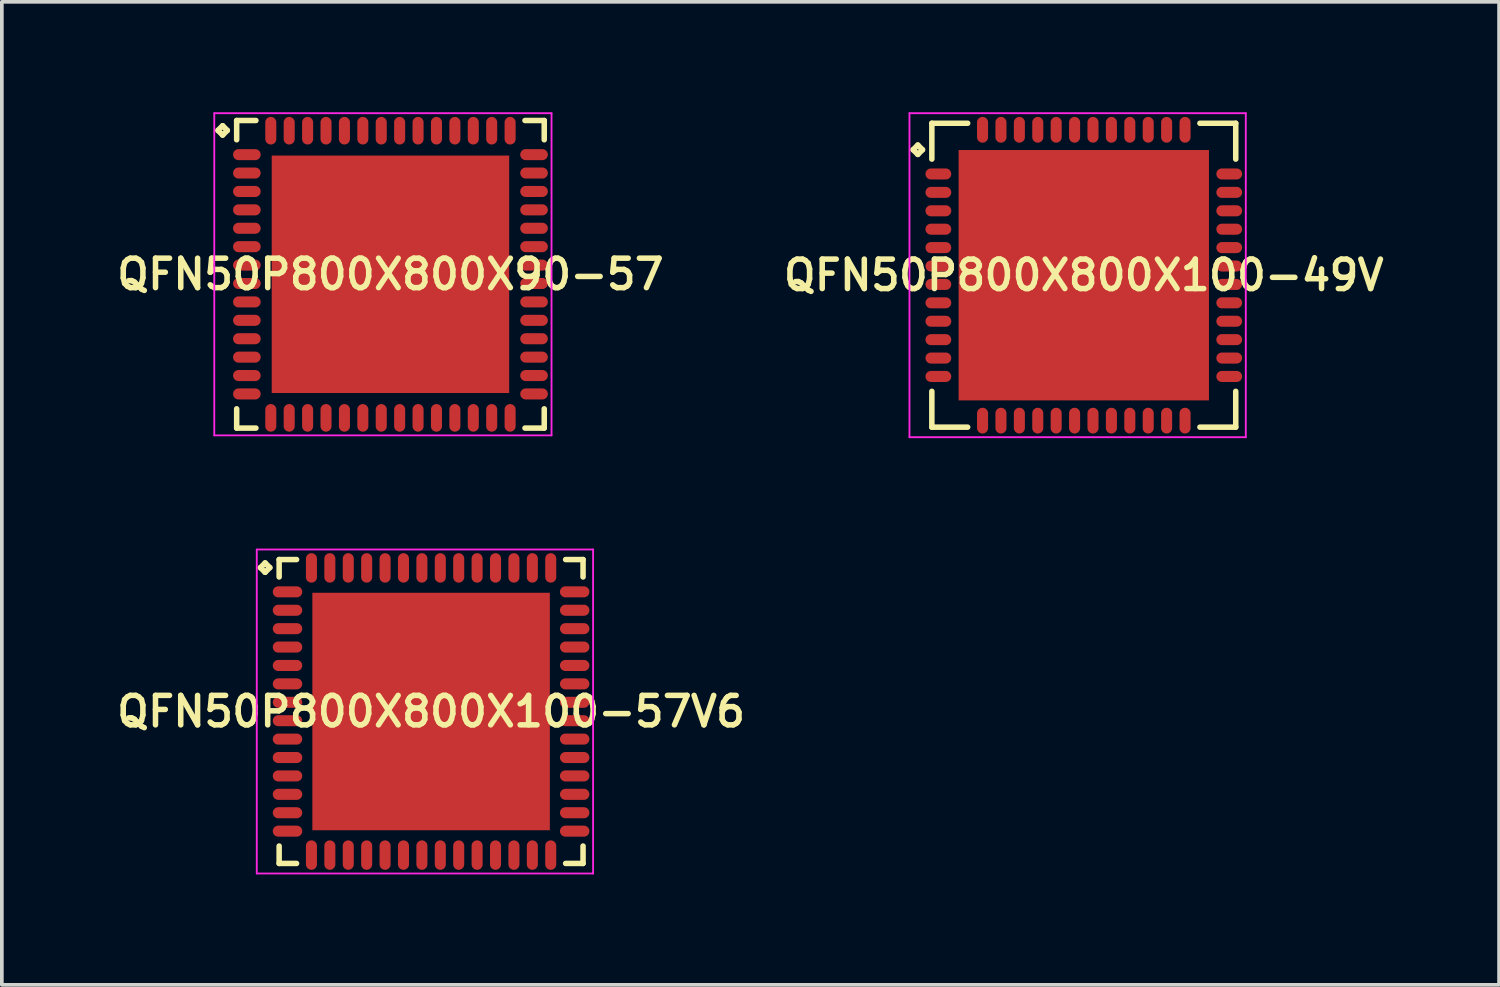
<source format=kicad_pcb>
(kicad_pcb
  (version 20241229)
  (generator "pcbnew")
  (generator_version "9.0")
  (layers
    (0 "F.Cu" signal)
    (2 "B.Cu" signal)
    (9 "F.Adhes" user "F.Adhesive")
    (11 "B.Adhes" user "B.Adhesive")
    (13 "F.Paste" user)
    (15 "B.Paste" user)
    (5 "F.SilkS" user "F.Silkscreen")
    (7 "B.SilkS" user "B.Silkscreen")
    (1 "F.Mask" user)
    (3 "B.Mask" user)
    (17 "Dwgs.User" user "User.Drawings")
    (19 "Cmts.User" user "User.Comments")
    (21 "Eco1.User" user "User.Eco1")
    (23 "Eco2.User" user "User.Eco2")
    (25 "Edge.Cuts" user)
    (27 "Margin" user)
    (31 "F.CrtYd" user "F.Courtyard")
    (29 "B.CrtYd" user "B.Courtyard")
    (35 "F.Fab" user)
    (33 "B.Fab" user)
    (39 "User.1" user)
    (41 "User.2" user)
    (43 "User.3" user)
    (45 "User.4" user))
  (footprint "QFN50P800X800X100-49V"
    (layer "F.Cu")
    (at 26.387 4.425)
    (property "Reference" "QFN50P800X800X100-49V" (at 0 0 0) (layer "F.SilkS") (effects (font (size 0.8 0.8) (thickness 0.15))))
    (attr smd)
    (fp_line (start -4.635 -3.408) (end -4.508 -3.535) (stroke (width 0.15) (type solid)) (layer "F.SilkS"))
    (fp_line (start -4.508 -3.535) (end -4.381 -3.408) (stroke (width 0.15) (type solid)) (layer "F.SilkS"))
    (fp_line (start -4.508 -3.281) (end -4.635 -3.408) (stroke (width 0.15) (type solid)) (layer "F.SilkS"))
    (fp_line (start -4.381 -3.408) (end -4.508 -3.281) (stroke (width 0.15) (type solid)) (layer "F.SilkS"))
    (fp_line (start -4.127 -4.127) (end -3.154 -4.127) (stroke (width 0.15) (type solid)) (layer "F.SilkS"))
    (fp_line (start -4.127 -3.154) (end -4.127 -4.127) (stroke (width 0.15) (type solid)) (layer "F.SilkS"))
    (fp_line (start -4.127 3.154) (end -4.127 4.127) (stroke (width 0.15) (type solid)) (layer "F.SilkS"))
    (fp_line (start -4.127 4.127) (end -3.154 4.127) (stroke (width 0.15) (type solid)) (layer "F.SilkS"))
    (fp_line (start 3.154 -4.127) (end 4.127 -4.127) (stroke (width 0.15) (type solid)) (layer "F.SilkS"))
    (fp_line (start 3.154 4.127) (end 4.127 4.127) (stroke (width 0.15) (type solid)) (layer "F.SilkS"))
    (fp_line (start 4.127 -4.127) (end 4.127 -3.154) (stroke (width 0.15) (type solid)) (layer "F.SilkS"))
    (fp_line (start 4.127 4.127) (end 4.127 3.154) (stroke (width 0.15) (type solid)) (layer "F.SilkS"))
    (fp_line (start -4.735 -4.4) (end 4.4 -4.4) (stroke (width 0.05) (type solid)) (layer "F.CrtYd"))
    (fp_line (start -4.735 4.4) (end -4.735 -4.4) (stroke (width 0.05) (type solid)) (layer "F.CrtYd"))
    (fp_line (start 4.4 -4.4) (end 4.4 4.4) (stroke (width 0.05) (type solid)) (layer "F.CrtYd"))
    (fp_line (start 4.4 4.4) (end -4.735 4.4) (stroke (width 0.05) (type solid)) (layer "F.CrtYd"))
    (pad "1" smd oval (at -3.95 -2.75) (size 0.7 0.3) (layers "F.Cu" "F.Mask" "F.Paste"))
    (pad "2" smd oval (at -3.95 -2.25) (size 0.7 0.3) (layers "F.Cu" "F.Mask" "F.Paste"))
    (pad "3" smd oval (at -3.95 -1.75) (size 0.7 0.3) (layers "F.Cu" "F.Mask" "F.Paste"))
    (pad "4" smd oval (at -3.95 -1.25) (size 0.7 0.3) (layers "F.Cu" "F.Mask" "F.Paste"))
    (pad "5" smd oval (at -3.95 -0.75) (size 0.7 0.3) (layers "F.Cu" "F.Mask" "F.Paste"))
    (pad "6" smd oval (at -3.95 -0.25) (size 0.7 0.3) (layers "F.Cu" "F.Mask" "F.Paste"))
    (pad "7" smd oval (at -3.95 0.25) (size 0.7 0.3) (layers "F.Cu" "F.Mask" "F.Paste"))
    (pad "8" smd oval (at -3.95 0.75) (size 0.7 0.3) (layers "F.Cu" "F.Mask" "F.Paste"))
    (pad "9" smd oval (at -3.95 1.25) (size 0.7 0.3) (layers "F.Cu" "F.Mask" "F.Paste"))
    (pad "10" smd oval (at -3.95 1.75) (size 0.7 0.3) (layers "F.Cu" "F.Mask" "F.Paste"))
    (pad "11" smd oval (at -3.95 2.25) (size 0.7 0.3) (layers "F.Cu" "F.Mask" "F.Paste"))
    (pad "12" smd oval (at -3.95 2.75) (size 0.7 0.3) (layers "F.Cu" "F.Mask" "F.Paste"))
    (pad "13" smd oval (at -2.75 3.95) (size 0.3 0.7) (layers "F.Cu" "F.Mask" "F.Paste"))
    (pad "14" smd oval (at -2.25 3.95) (size 0.3 0.7) (layers "F.Cu" "F.Mask" "F.Paste"))
    (pad "15" smd oval (at -1.75 3.95) (size 0.3 0.7) (layers "F.Cu" "F.Mask" "F.Paste"))
    (pad "16" smd oval (at -1.25 3.95) (size 0.3 0.7) (layers "F.Cu" "F.Mask" "F.Paste"))
    (pad "17" smd oval (at -0.75 3.95) (size 0.3 0.7) (layers "F.Cu" "F.Mask" "F.Paste"))
    (pad "18" smd oval (at -0.25 3.95) (size 0.3 0.7) (layers "F.Cu" "F.Mask" "F.Paste"))
    (pad "19" smd oval (at 0.25 3.95) (size 0.3 0.7) (layers "F.Cu" "F.Mask" "F.Paste"))
    (pad "20" smd oval (at 0.75 3.95) (size 0.3 0.7) (layers "F.Cu" "F.Mask" "F.Paste"))
    (pad "21" smd oval (at 1.25 3.95) (size 0.3 0.7) (layers "F.Cu" "F.Mask" "F.Paste"))
    (pad "22" smd oval (at 1.75 3.95) (size 0.3 0.7) (layers "F.Cu" "F.Mask" "F.Paste"))
    (pad "23" smd oval (at 2.25 3.95) (size 0.3 0.7) (layers "F.Cu" "F.Mask" "F.Paste"))
    (pad "24" smd oval (at 2.75 3.95) (size 0.3 0.7) (layers "F.Cu" "F.Mask" "F.Paste"))
    (pad "25" smd oval (at 3.95 2.75) (size 0.7 0.3) (layers "F.Cu" "F.Mask" "F.Paste"))
    (pad "26" smd oval (at 3.95 2.25) (size 0.7 0.3) (layers "F.Cu" "F.Mask" "F.Paste"))
    (pad "27" smd oval (at 3.95 1.75) (size 0.7 0.3) (layers "F.Cu" "F.Mask" "F.Paste"))
    (pad "28" smd oval (at 3.95 1.25) (size 0.7 0.3) (layers "F.Cu" "F.Mask" "F.Paste"))
    (pad "29" smd oval (at 3.95 0.75) (size 0.7 0.3) (layers "F.Cu" "F.Mask" "F.Paste"))
    (pad "30" smd oval (at 3.95 0.25) (size 0.7 0.3) (layers "F.Cu" "F.Mask" "F.Paste"))
    (pad "31" smd oval (at 3.95 -0.25) (size 0.7 0.3) (layers "F.Cu" "F.Mask" "F.Paste"))
    (pad "32" smd oval (at 3.95 -0.75) (size 0.7 0.3) (layers "F.Cu" "F.Mask" "F.Paste"))
    (pad "33" smd oval (at 3.95 -1.25) (size 0.7 0.3) (layers "F.Cu" "F.Mask" "F.Paste"))
    (pad "34" smd oval (at 3.95 -1.75) (size 0.7 0.3) (layers "F.Cu" "F.Mask" "F.Paste"))
    (pad "35" smd oval (at 3.95 -2.25) (size 0.7 0.3) (layers "F.Cu" "F.Mask" "F.Paste"))
    (pad "36" smd oval (at 3.95 -2.75) (size 0.7 0.3) (layers "F.Cu" "F.Mask" "F.Paste"))
    (pad "37" smd oval (at 2.75 -3.95) (size 0.3 0.7) (layers "F.Cu" "F.Mask" "F.Paste"))
    (pad "38" smd oval (at 2.25 -3.95) (size 0.3 0.7) (layers "F.Cu" "F.Mask" "F.Paste"))
    (pad "39" smd oval (at 1.75 -3.95) (size 0.3 0.7) (layers "F.Cu" "F.Mask" "F.Paste"))
    (pad "40" smd oval (at 1.25 -3.95) (size 0.3 0.7) (layers "F.Cu" "F.Mask" "F.Paste"))
    (pad "41" smd oval (at 0.75 -3.95) (size 0.3 0.7) (layers "F.Cu" "F.Mask" "F.Paste"))
    (pad "42" smd oval (at 0.25 -3.95) (size 0.3 0.7) (layers "F.Cu" "F.Mask" "F.Paste"))
    (pad "43" smd oval (at -0.25 -3.95) (size 0.3 0.7) (layers "F.Cu" "F.Mask" "F.Paste"))
    (pad "44" smd oval (at -0.75 -3.95) (size 0.3 0.7) (layers "F.Cu" "F.Mask" "F.Paste"))
    (pad "45" smd oval (at -1.25 -3.95) (size 0.3 0.7) (layers "F.Cu" "F.Mask" "F.Paste"))
    (pad "46" smd oval (at -1.75 -3.95) (size 0.3 0.7) (layers "F.Cu" "F.Mask" "F.Paste"))
    (pad "47" smd oval (at -2.25 -3.95) (size 0.3 0.7) (layers "F.Cu" "F.Mask" "F.Paste"))
    (pad "48" smd oval (at -2.75 -3.95) (size 0.3 0.7) (layers "F.Cu" "F.Mask" "F.Paste"))
    (pad "49" smd rect (at 0 0) (size 6.8 6.8) (layers "F.Cu" "F.Mask" "F.Paste")))
  (footprint "QFN50P800X800X100-57V6"
    (layer "F.Cu")
    (at 8.659 16.275)
    (property "Reference" "QFN50P800X800X100-57V6" (at 0 0 0) (layer "F.SilkS") (effects (font (size 0.8 0.8) (thickness 0.15))))
    (attr smd)
    (fp_line (start -4.635 -3.908) (end -4.508 -4.035) (stroke (width 0.15) (type solid)) (layer "F.SilkS"))
    (fp_line (start -4.508 -4.035) (end -4.381 -3.908) (stroke (width 0.15) (type solid)) (layer "F.SilkS"))
    (fp_line (start -4.508 -3.781) (end -4.635 -3.908) (stroke (width 0.15) (type solid)) (layer "F.SilkS"))
    (fp_line (start -4.381 -3.908) (end -4.508 -3.781) (stroke (width 0.15) (type solid)) (layer "F.SilkS"))
    (fp_line (start -4.127 -4.127) (end -3.654 -4.127) (stroke (width 0.15) (type solid)) (layer "F.SilkS"))
    (fp_line (start -4.127 -3.654) (end -4.127 -4.127) (stroke (width 0.15) (type solid)) (layer "F.SilkS"))
    (fp_line (start -4.127 3.654) (end -4.127 4.127) (stroke (width 0.15) (type solid)) (layer "F.SilkS"))
    (fp_line (start -4.127 4.127) (end -3.654 4.127) (stroke (width 0.15) (type solid)) (layer "F.SilkS"))
    (fp_line (start 3.654 -4.127) (end 4.127 -4.127) (stroke (width 0.15) (type solid)) (layer "F.SilkS"))
    (fp_line (start 3.654 4.127) (end 4.127 4.127) (stroke (width 0.15) (type solid)) (layer "F.SilkS"))
    (fp_line (start 4.127 -4.127) (end 4.127 -3.654) (stroke (width 0.15) (type solid)) (layer "F.SilkS"))
    (fp_line (start 4.127 4.127) (end 4.127 3.654) (stroke (width 0.15) (type solid)) (layer "F.SilkS"))
    (fp_line (start -4.735 -4.4) (end 4.4 -4.4) (stroke (width 0.05) (type solid)) (layer "F.CrtYd"))
    (fp_line (start -4.735 4.4) (end -4.735 -4.4) (stroke (width 0.05) (type solid)) (layer "F.CrtYd"))
    (fp_line (start 4.4 -4.4) (end 4.4 4.4) (stroke (width 0.05) (type solid)) (layer "F.CrtYd"))
    (fp_line (start 4.4 4.4) (end -4.735 4.4) (stroke (width 0.05) (type solid)) (layer "F.CrtYd"))
    (pad "1" smd oval (at -3.9 -3.25) (size 0.8 0.3) (layers "F.Cu" "F.Mask" "F.Paste"))
    (pad "2" smd oval (at -3.9 -2.75) (size 0.8 0.3) (layers "F.Cu" "F.Mask" "F.Paste"))
    (pad "3" smd oval (at -3.9 -2.25) (size 0.8 0.3) (layers "F.Cu" "F.Mask" "F.Paste"))
    (pad "4" smd oval (at -3.9 -1.75) (size 0.8 0.3) (layers "F.Cu" "F.Mask" "F.Paste"))
    (pad "5" smd oval (at -3.9 -1.25) (size 0.8 0.3) (layers "F.Cu" "F.Mask" "F.Paste"))
    (pad "6" smd oval (at -3.9 -0.75) (size 0.8 0.3) (layers "F.Cu" "F.Mask" "F.Paste"))
    (pad "7" smd oval (at -3.9 -0.25) (size 0.8 0.3) (layers "F.Cu" "F.Mask" "F.Paste"))
    (pad "8" smd oval (at -3.9 0.25) (size 0.8 0.3) (layers "F.Cu" "F.Mask" "F.Paste"))
    (pad "9" smd oval (at -3.9 0.75) (size 0.8 0.3) (layers "F.Cu" "F.Mask" "F.Paste"))
    (pad "10" smd oval (at -3.9 1.25) (size 0.8 0.3) (layers "F.Cu" "F.Mask" "F.Paste"))
    (pad "11" smd oval (at -3.9 1.75) (size 0.8 0.3) (layers "F.Cu" "F.Mask" "F.Paste"))
    (pad "12" smd oval (at -3.9 2.25) (size 0.8 0.3) (layers "F.Cu" "F.Mask" "F.Paste"))
    (pad "13" smd oval (at -3.9 2.75) (size 0.8 0.3) (layers "F.Cu" "F.Mask" "F.Paste"))
    (pad "14" smd oval (at -3.9 3.25) (size 0.8 0.3) (layers "F.Cu" "F.Mask" "F.Paste"))
    (pad "15" smd oval (at -3.25 3.9) (size 0.3 0.8) (layers "F.Cu" "F.Mask" "F.Paste"))
    (pad "16" smd oval (at -2.75 3.9) (size 0.3 0.8) (layers "F.Cu" "F.Mask" "F.Paste"))
    (pad "17" smd oval (at -2.25 3.9) (size 0.3 0.8) (layers "F.Cu" "F.Mask" "F.Paste"))
    (pad "18" smd oval (at -1.75 3.9) (size 0.3 0.8) (layers "F.Cu" "F.Mask" "F.Paste"))
    (pad "19" smd oval (at -1.25 3.9) (size 0.3 0.8) (layers "F.Cu" "F.Mask" "F.Paste"))
    (pad "20" smd oval (at -0.75 3.9) (size 0.3 0.8) (layers "F.Cu" "F.Mask" "F.Paste"))
    (pad "21" smd oval (at -0.25 3.9) (size 0.3 0.8) (layers "F.Cu" "F.Mask" "F.Paste"))
    (pad "22" smd oval (at 0.25 3.9) (size 0.3 0.8) (layers "F.Cu" "F.Mask" "F.Paste"))
    (pad "23" smd oval (at 0.75 3.9) (size 0.3 0.8) (layers "F.Cu" "F.Mask" "F.Paste"))
    (pad "24" smd oval (at 1.25 3.9) (size 0.3 0.8) (layers "F.Cu" "F.Mask" "F.Paste"))
    (pad "25" smd oval (at 1.75 3.9) (size 0.3 0.8) (layers "F.Cu" "F.Mask" "F.Paste"))
    (pad "26" smd oval (at 2.25 3.9) (size 0.3 0.8) (layers "F.Cu" "F.Mask" "F.Paste"))
    (pad "27" smd oval (at 2.75 3.9) (size 0.3 0.8) (layers "F.Cu" "F.Mask" "F.Paste"))
    (pad "28" smd oval (at 3.25 3.9) (size 0.3 0.8) (layers "F.Cu" "F.Mask" "F.Paste"))
    (pad "29" smd oval (at 3.9 3.25) (size 0.8 0.3) (layers "F.Cu" "F.Mask" "F.Paste"))
    (pad "30" smd oval (at 3.9 2.75) (size 0.8 0.3) (layers "F.Cu" "F.Mask" "F.Paste"))
    (pad "31" smd oval (at 3.9 2.25) (size 0.8 0.3) (layers "F.Cu" "F.Mask" "F.Paste"))
    (pad "32" smd oval (at 3.9 1.75) (size 0.8 0.3) (layers "F.Cu" "F.Mask" "F.Paste"))
    (pad "33" smd oval (at 3.9 1.25) (size 0.8 0.3) (layers "F.Cu" "F.Mask" "F.Paste"))
    (pad "34" smd oval (at 3.9 0.75) (size 0.8 0.3) (layers "F.Cu" "F.Mask" "F.Paste"))
    (pad "35" smd oval (at 3.9 0.25) (size 0.8 0.3) (layers "F.Cu" "F.Mask" "F.Paste"))
    (pad "36" smd oval (at 3.9 -0.25) (size 0.8 0.3) (layers "F.Cu" "F.Mask" "F.Paste"))
    (pad "37" smd oval (at 3.9 -0.75) (size 0.8 0.3) (layers "F.Cu" "F.Mask" "F.Paste"))
    (pad "38" smd oval (at 3.9 -1.25) (size 0.8 0.3) (layers "F.Cu" "F.Mask" "F.Paste"))
    (pad "39" smd oval (at 3.9 -1.75) (size 0.8 0.3) (layers "F.Cu" "F.Mask" "F.Paste"))
    (pad "40" smd oval (at 3.9 -2.25) (size 0.8 0.3) (layers "F.Cu" "F.Mask" "F.Paste"))
    (pad "41" smd oval (at 3.9 -2.75) (size 0.8 0.3) (layers "F.Cu" "F.Mask" "F.Paste"))
    (pad "42" smd oval (at 3.9 -3.25) (size 0.8 0.3) (layers "F.Cu" "F.Mask" "F.Paste"))
    (pad "43" smd oval (at 3.25 -3.9) (size 0.3 0.8) (layers "F.Cu" "F.Mask" "F.Paste"))
    (pad "44" smd oval (at 2.75 -3.9) (size 0.3 0.8) (layers "F.Cu" "F.Mask" "F.Paste"))
    (pad "45" smd oval (at 2.25 -3.9) (size 0.3 0.8) (layers "F.Cu" "F.Mask" "F.Paste"))
    (pad "46" smd oval (at 1.75 -3.9) (size 0.3 0.8) (layers "F.Cu" "F.Mask" "F.Paste"))
    (pad "47" smd oval (at 1.25 -3.9) (size 0.3 0.8) (layers "F.Cu" "F.Mask" "F.Paste"))
    (pad "48" smd oval (at 0.75 -3.9) (size 0.3 0.8) (layers "F.Cu" "F.Mask" "F.Paste"))
    (pad "49" smd oval (at 0.25 -3.9) (size 0.3 0.8) (layers "F.Cu" "F.Mask" "F.Paste"))
    (pad "50" smd oval (at -0.25 -3.9) (size 0.3 0.8) (layers "F.Cu" "F.Mask" "F.Paste"))
    (pad "51" smd oval (at -0.75 -3.9) (size 0.3 0.8) (layers "F.Cu" "F.Mask" "F.Paste"))
    (pad "52" smd oval (at -1.25 -3.9) (size 0.3 0.8) (layers "F.Cu" "F.Mask" "F.Paste"))
    (pad "53" smd oval (at -1.75 -3.9) (size 0.3 0.8) (layers "F.Cu" "F.Mask" "F.Paste"))
    (pad "54" smd oval (at -2.25 -3.9) (size 0.3 0.8) (layers "F.Cu" "F.Mask" "F.Paste"))
    (pad "55" smd oval (at -2.75 -3.9) (size 0.3 0.8) (layers "F.Cu" "F.Mask" "F.Paste"))
    (pad "56" smd oval (at -3.25 -3.9) (size 0.3 0.8) (layers "F.Cu" "F.Mask" "F.Paste"))
    (pad "57" smd rect (at 0 0) (size 6.45 6.45) (layers "F.Cu" "F.Mask" "F.Paste")))
  (footprint "QFN50P800X800X90-57"
    (layer "F.Cu")
    (at 7.555 4.4)
    (property "Reference" "QFN50P800X800X90-57" (at 0 0 0) (layer "F.SilkS") (effects (font (size 0.8 0.8) (thickness 0.15))))
    (attr smd)
    (fp_line (start -4.685 -3.908) (end -4.558 -4.035) (stroke (width 0.15) (type solid)) (layer "F.SilkS"))
    (fp_line (start -4.558 -4.035) (end -4.431 -3.908) (stroke (width 0.15) (type solid)) (layer "F.SilkS"))
    (fp_line (start -4.558 -3.781) (end -4.685 -3.908) (stroke (width 0.15) (type solid)) (layer "F.SilkS"))
    (fp_line (start -4.431 -3.908) (end -4.558 -3.781) (stroke (width 0.15) (type solid)) (layer "F.SilkS"))
    (fp_line (start -4.177 -4.177) (end -3.654 -4.177) (stroke (width 0.15) (type solid)) (layer "F.SilkS"))
    (fp_line (start -4.177 -3.654) (end -4.177 -4.177) (stroke (width 0.15) (type solid)) (layer "F.SilkS"))
    (fp_line (start -4.177 3.654) (end -4.177 4.177) (stroke (width 0.15) (type solid)) (layer "F.SilkS"))
    (fp_line (start -4.177 4.177) (end -3.654 4.177) (stroke (width 0.15) (type solid)) (layer "F.SilkS"))
    (fp_line (start 3.654 -4.177) (end 4.177 -4.177) (stroke (width 0.15) (type solid)) (layer "F.SilkS"))
    (fp_line (start 3.654 4.177) (end 4.177 4.177) (stroke (width 0.15) (type solid)) (layer "F.SilkS"))
    (fp_line (start 4.177 -4.177) (end 4.177 -3.654) (stroke (width 0.15) (type solid)) (layer "F.SilkS"))
    (fp_line (start 4.177 4.177) (end 4.177 3.654) (stroke (width 0.15) (type solid)) (layer "F.SilkS"))
    (fp_line (start -4.785 -4.375) (end 4.375 -4.375) (stroke (width 0.05) (type solid)) (layer "F.CrtYd"))
    (fp_line (start -4.785 4.375) (end -4.785 -4.375) (stroke (width 0.05) (type solid)) (layer "F.CrtYd"))
    (fp_line (start 4.375 -4.375) (end 4.375 4.375) (stroke (width 0.05) (type solid)) (layer "F.CrtYd"))
    (fp_line (start 4.375 4.375) (end -4.785 4.375) (stroke (width 0.05) (type solid)) (layer "F.CrtYd"))
    (pad "1" smd oval (at -3.9 -3.25) (size 0.75 0.3) (layers "F.Cu" "F.Mask" "F.Paste"))
    (pad "2" smd oval (at -3.9 -2.75) (size 0.75 0.3) (layers "F.Cu" "F.Mask" "F.Paste"))
    (pad "3" smd oval (at -3.9 -2.25) (size 0.75 0.3) (layers "F.Cu" "F.Mask" "F.Paste"))
    (pad "4" smd oval (at -3.9 -1.75) (size 0.75 0.3) (layers "F.Cu" "F.Mask" "F.Paste"))
    (pad "5" smd oval (at -3.9 -1.25) (size 0.75 0.3) (layers "F.Cu" "F.Mask" "F.Paste"))
    (pad "6" smd oval (at -3.9 -0.75) (size 0.75 0.3) (layers "F.Cu" "F.Mask" "F.Paste"))
    (pad "7" smd oval (at -3.9 -0.25) (size 0.75 0.3) (layers "F.Cu" "F.Mask" "F.Paste"))
    (pad "8" smd oval (at -3.9 0.25) (size 0.75 0.3) (layers "F.Cu" "F.Mask" "F.Paste"))
    (pad "9" smd oval (at -3.9 0.75) (size 0.75 0.3) (layers "F.Cu" "F.Mask" "F.Paste"))
    (pad "10" smd oval (at -3.9 1.25) (size 0.75 0.3) (layers "F.Cu" "F.Mask" "F.Paste"))
    (pad "11" smd oval (at -3.9 1.75) (size 0.75 0.3) (layers "F.Cu" "F.Mask" "F.Paste"))
    (pad "12" smd oval (at -3.9 2.25) (size 0.75 0.3) (layers "F.Cu" "F.Mask" "F.Paste"))
    (pad "13" smd oval (at -3.9 2.75) (size 0.75 0.3) (layers "F.Cu" "F.Mask" "F.Paste"))
    (pad "14" smd oval (at -3.9 3.25) (size 0.75 0.3) (layers "F.Cu" "F.Mask" "F.Paste"))
    (pad "15" smd oval (at -3.25 3.9) (size 0.3 0.75) (layers "F.Cu" "F.Mask" "F.Paste"))
    (pad "16" smd oval (at -2.75 3.9) (size 0.3 0.75) (layers "F.Cu" "F.Mask" "F.Paste"))
    (pad "17" smd oval (at -2.25 3.9) (size 0.3 0.75) (layers "F.Cu" "F.Mask" "F.Paste"))
    (pad "18" smd oval (at -1.75 3.9) (size 0.3 0.75) (layers "F.Cu" "F.Mask" "F.Paste"))
    (pad "19" smd oval (at -1.25 3.9) (size 0.3 0.75) (layers "F.Cu" "F.Mask" "F.Paste"))
    (pad "20" smd oval (at -0.75 3.9) (size 0.3 0.75) (layers "F.Cu" "F.Mask" "F.Paste"))
    (pad "21" smd oval (at -0.25 3.9) (size 0.3 0.75) (layers "F.Cu" "F.Mask" "F.Paste"))
    (pad "22" smd oval (at 0.25 3.9) (size 0.3 0.75) (layers "F.Cu" "F.Mask" "F.Paste"))
    (pad "23" smd oval (at 0.75 3.9) (size 0.3 0.75) (layers "F.Cu" "F.Mask" "F.Paste"))
    (pad "24" smd oval (at 1.25 3.9) (size 0.3 0.75) (layers "F.Cu" "F.Mask" "F.Paste"))
    (pad "25" smd oval (at 1.75 3.9) (size 0.3 0.75) (layers "F.Cu" "F.Mask" "F.Paste"))
    (pad "26" smd oval (at 2.25 3.9) (size 0.3 0.75) (layers "F.Cu" "F.Mask" "F.Paste"))
    (pad "27" smd oval (at 2.75 3.9) (size 0.3 0.75) (layers "F.Cu" "F.Mask" "F.Paste"))
    (pad "28" smd oval (at 3.25 3.9) (size 0.3 0.75) (layers "F.Cu" "F.Mask" "F.Paste"))
    (pad "29" smd oval (at 3.9 3.25) (size 0.75 0.3) (layers "F.Cu" "F.Mask" "F.Paste"))
    (pad "30" smd oval (at 3.9 2.75) (size 0.75 0.3) (layers "F.Cu" "F.Mask" "F.Paste"))
    (pad "31" smd oval (at 3.9 2.25) (size 0.75 0.3) (layers "F.Cu" "F.Mask" "F.Paste"))
    (pad "32" smd oval (at 3.9 1.75) (size 0.75 0.3) (layers "F.Cu" "F.Mask" "F.Paste"))
    (pad "33" smd oval (at 3.9 1.25) (size 0.75 0.3) (layers "F.Cu" "F.Mask" "F.Paste"))
    (pad "34" smd oval (at 3.9 0.75) (size 0.75 0.3) (layers "F.Cu" "F.Mask" "F.Paste"))
    (pad "35" smd oval (at 3.9 0.25) (size 0.75 0.3) (layers "F.Cu" "F.Mask" "F.Paste"))
    (pad "36" smd oval (at 3.9 -0.25) (size 0.75 0.3) (layers "F.Cu" "F.Mask" "F.Paste"))
    (pad "37" smd oval (at 3.9 -0.75) (size 0.75 0.3) (layers "F.Cu" "F.Mask" "F.Paste"))
    (pad "38" smd oval (at 3.9 -1.25) (size 0.75 0.3) (layers "F.Cu" "F.Mask" "F.Paste"))
    (pad "39" smd oval (at 3.9 -1.75) (size 0.75 0.3) (layers "F.Cu" "F.Mask" "F.Paste"))
    (pad "40" smd oval (at 3.9 -2.25) (size 0.75 0.3) (layers "F.Cu" "F.Mask" "F.Paste"))
    (pad "41" smd oval (at 3.9 -2.75) (size 0.75 0.3) (layers "F.Cu" "F.Mask" "F.Paste"))
    (pad "42" smd oval (at 3.9 -3.25) (size 0.75 0.3) (layers "F.Cu" "F.Mask" "F.Paste"))
    (pad "43" smd oval (at 3.25 -3.9) (size 0.3 0.75) (layers "F.Cu" "F.Mask" "F.Paste"))
    (pad "44" smd oval (at 2.75 -3.9) (size 0.3 0.75) (layers "F.Cu" "F.Mask" "F.Paste"))
    (pad "45" smd oval (at 2.25 -3.9) (size 0.3 0.75) (layers "F.Cu" "F.Mask" "F.Paste"))
    (pad "46" smd oval (at 1.75 -3.9) (size 0.3 0.75) (layers "F.Cu" "F.Mask" "F.Paste"))
    (pad "47" smd oval (at 1.25 -3.9) (size 0.3 0.75) (layers "F.Cu" "F.Mask" "F.Paste"))
    (pad "48" smd oval (at 0.75 -3.9) (size 0.3 0.75) (layers "F.Cu" "F.Mask" "F.Paste"))
    (pad "49" smd oval (at 0.25 -3.9) (size 0.3 0.75) (layers "F.Cu" "F.Mask" "F.Paste"))
    (pad "50" smd oval (at -0.25 -3.9) (size 0.3 0.75) (layers "F.Cu" "F.Mask" "F.Paste"))
    (pad "51" smd oval (at -0.75 -3.9) (size 0.3 0.75) (layers "F.Cu" "F.Mask" "F.Paste"))
    (pad "52" smd oval (at -1.25 -3.9) (size 0.3 0.75) (layers "F.Cu" "F.Mask" "F.Paste"))
    (pad "53" smd oval (at -1.75 -3.9) (size 0.3 0.75) (layers "F.Cu" "F.Mask" "F.Paste"))
    (pad "54" smd oval (at -2.25 -3.9) (size 0.3 0.75) (layers "F.Cu" "F.Mask" "F.Paste"))
    (pad "55" smd oval (at -2.75 -3.9) (size 0.3 0.75) (layers "F.Cu" "F.Mask" "F.Paste"))
    (pad "56" smd oval (at -3.25 -3.9) (size 0.3 0.75) (layers "F.Cu" "F.Mask" "F.Paste"))
    (pad "57" smd rect (at 0 0) (size 6.45 6.45) (layers "F.Cu" "F.Mask" "F.Paste")))
  (gr_rect
    (start -3 -3)
    (end 37.666 23.7)
    (stroke (width 0.1) (type default))
    (fill no)
    (layer "Edge.Cuts")))
</source>
